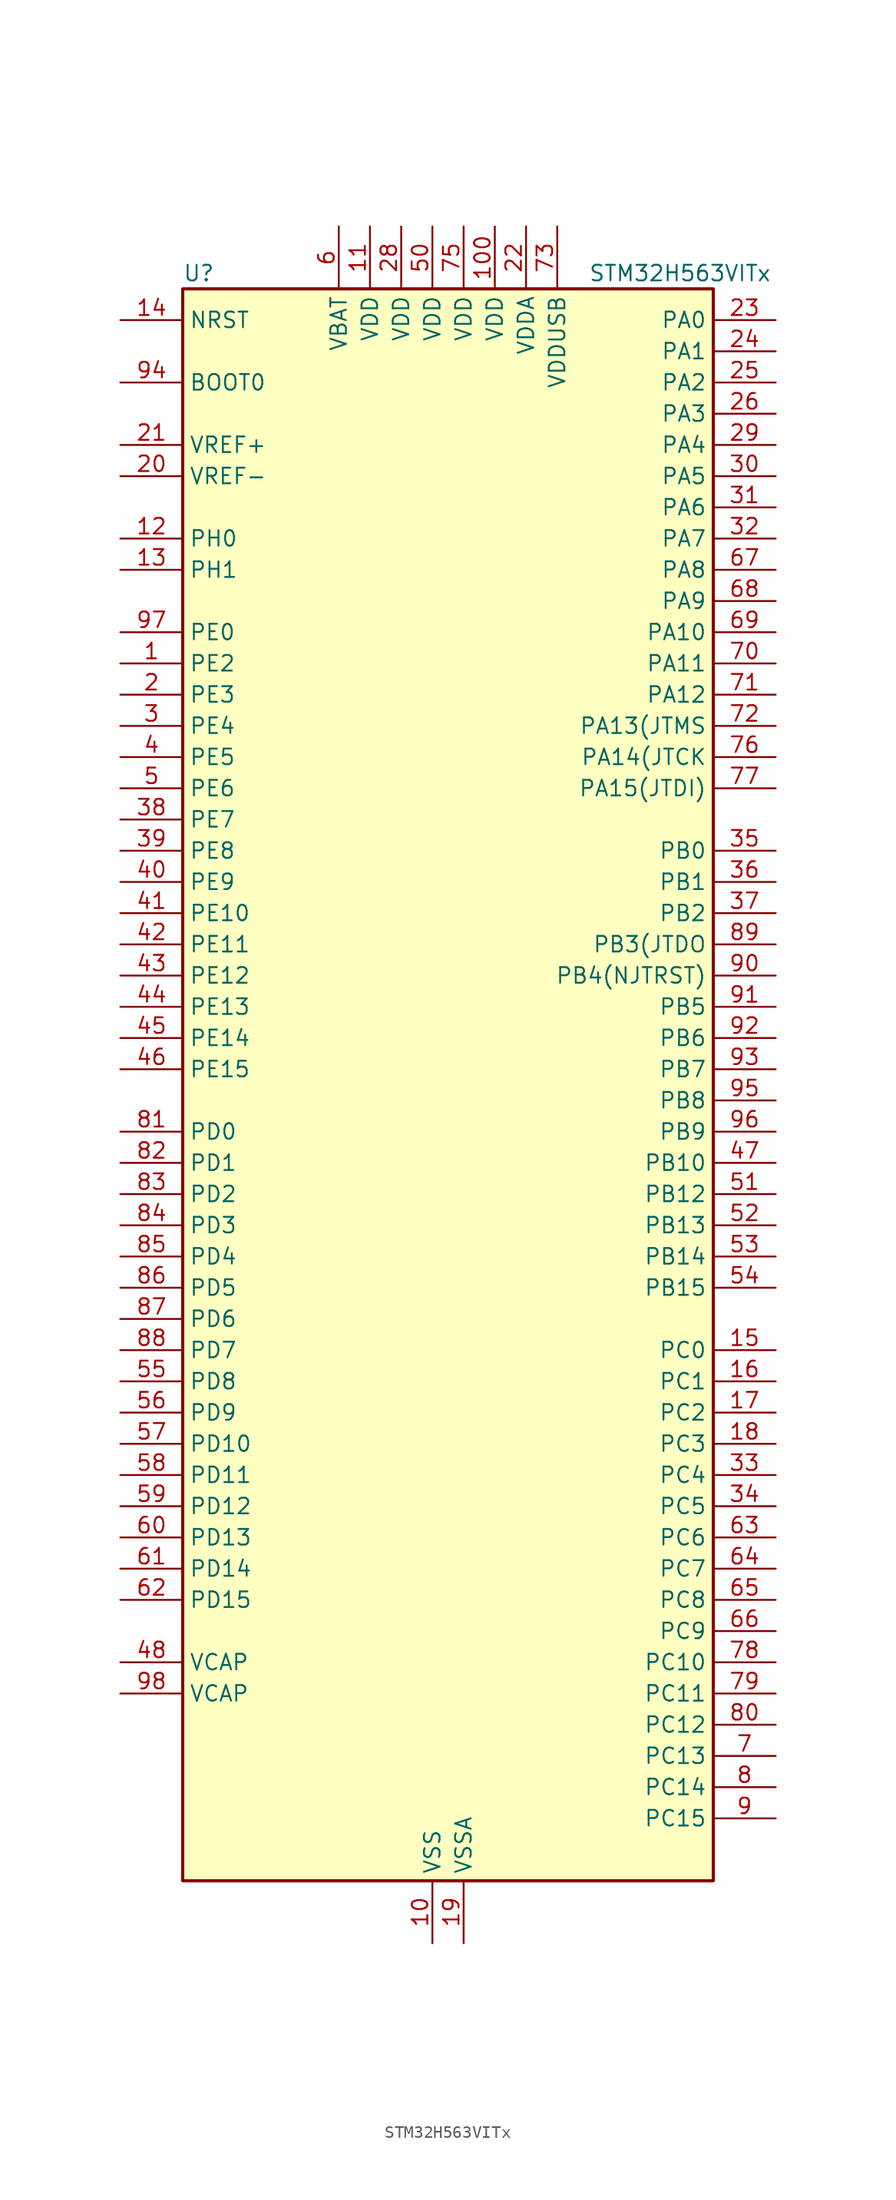
<source format=kicad_sym>
(kicad_symbol_lib
  (version 20231120)
  (generator "kicad-library-utils")
  (generator_version "8.0")
  (symbol "STM32H563VITx"
    (property "Reference" "U"
      (at -20.32 67.31 0)
      (effects (font (size 1.27 1.27)) (justify left)))
    (property "Value" "STM32H563VITx"
      (at 12.7 67.31 0)
      (effects (font (size 1.27 1.27)) (justify left)))
    (symbol "STM32H563VITx_0_1"
      (rectangle (start -20.32 -63.5) (end 22.86 66.04) (stroke (width 0.254) (type default)) (fill (type background))))
    (symbol "STM32H563VITx_1_1"
      (pin bidirectional line (at -25.4 35.56 0) (length 5.08) (name "PE2" (effects (font (size 1.27 1.27)))) (number "1" (effects (font (size 1.27 1.27)))) (alternate "DCMI_D3" bidirectional line) (alternate "DEBUG_TRACECLK" bidirectional line) (alternate "ETH_TXD3" bidirectional line) (alternate "FMC_A23" bidirectional line) (alternate "LPTIM1_IN2" bidirectional line) (alternate "OCTOSPI1_IO2" bidirectional line) (alternate "PSSI_D3" bidirectional line) (alternate "SAI1_CK1" bidirectional line) (alternate "SAI1_MCLK_A" bidirectional line) (alternate "SPI4_SCK" bidirectional line) (alternate "UART8_TX" bidirectional line) (alternate "USART10_RX" bidirectional line))
      (pin power_in line (at 0 -68.58 90) (length 5.08) (name "VSS" (effects (font (size 1.27 1.27)))) (number "10" (effects (font (size 1.27 1.27)))))
      (pin power_in line (at 5.08 71.12 270) (length 5.08) (name "VDD" (effects (font (size 1.27 1.27)))) (number "100" (effects (font (size 1.27 1.27)))))
      (pin power_in line (at -5.08 71.12 270) (length 5.08) (name "VDD" (effects (font (size 1.27 1.27)))) (number "11" (effects (font (size 1.27 1.27)))))
      (pin bidirectional line (at -25.4 45.72 0) (length 5.08) (name "PH0" (effects (font (size 1.27 1.27)))) (number "12" (effects (font (size 1.27 1.27)))) (alternate "RCC_OSC_IN" bidirectional line))
      (pin bidirectional line (at -25.4 43.18 0) (length 5.08) (name "PH1" (effects (font (size 1.27 1.27)))) (number "13" (effects (font (size 1.27 1.27)))) (alternate "RCC_OSC_OUT" bidirectional line))
      (pin input line (at -25.4 63.5 0) (length 5.08) (name "NRST" (effects (font (size 1.27 1.27)))) (number "14" (effects (font (size 1.27 1.27)))))
      (pin bidirectional line (at 27.94 -20.32 180) (length 5.08) (name "PC0" (effects (font (size 1.27 1.27)))) (number "15" (effects (font (size 1.27 1.27)))) (alternate "ADC1_INP10" bidirectional line) (alternate "ADC2_INP10" bidirectional line) (alternate "FMC_A25" bidirectional line) (alternate "FMC_SDNWE" bidirectional line) (alternate "OCTOSPI1_IO7" bidirectional line) (alternate "SAI1_MCLK_A" bidirectional line) (alternate "SAI2_FS_B" bidirectional line) (alternate "SPI2_RDY" bidirectional line) (alternate "TIM16_BKIN" bidirectional line))
      (pin bidirectional line (at 27.94 -22.86 180) (length 5.08) (name "PC1" (effects (font (size 1.27 1.27)))) (number "16" (effects (font (size 1.27 1.27)))) (alternate "ADC1_INN10" bidirectional line) (alternate "ADC1_INP11" bidirectional line) (alternate "ADC2_INN10" bidirectional line) (alternate "ADC2_INP11" bidirectional line) (alternate "DEBUG_TRACED0" bidirectional line) (alternate "ETH_MDC" bidirectional line) (alternate "I2S2_SDO" bidirectional line) (alternate "OCTOSPI1_IO4" bidirectional line) (alternate "PWR_WKUP6" bidirectional line) (alternate "SAI1_D1" bidirectional line) (alternate "SAI1_SD_A" bidirectional line) (alternate "SAI2_SD_A" bidirectional line) (alternate "SPI2_MOSI" bidirectional line) (alternate "TAMP_IN3" bidirectional line) (alternate "TAMP_OUT5" bidirectional line) (alternate "USART11_RTS" bidirectional line))
      (pin bidirectional line (at 27.94 -25.4 180) (length 5.08) (name "PC2" (effects (font (size 1.27 1.27)))) (number "17" (effects (font (size 1.27 1.27)))) (alternate "ADC1_INN11" bidirectional line) (alternate "ADC1_INP12" bidirectional line) (alternate "ADC2_INN11" bidirectional line) (alternate "ADC2_INP12" bidirectional line) (alternate "ETH_TXD2" bidirectional line) (alternate "FMC_SDNE0" bidirectional line) (alternate "I2S2_SDI" bidirectional line) (alternate "OCTOSPI1_IO2" bidirectional line) (alternate "OCTOSPI1_IO5" bidirectional line) (alternate "PWR_CSLEEP" bidirectional line) (alternate "SPI2_MISO" bidirectional line) (alternate "TIM17_CH1" bidirectional line) (alternate "TIM4_CH4" bidirectional line))
      (pin bidirectional line (at 27.94 -27.94 180) (length 5.08) (name "PC3" (effects (font (size 1.27 1.27)))) (number "18" (effects (font (size 1.27 1.27)))) (alternate "ADC1_INN12" bidirectional line) (alternate "ADC1_INP13" bidirectional line) (alternate "ADC2_INN12" bidirectional line) (alternate "ADC2_INP13" bidirectional line) (alternate "ETH_TX_CLK" bidirectional line) (alternate "FMC_SDCKE0" bidirectional line) (alternate "I2S2_SDO" bidirectional line) (alternate "LPTIM3_CH1" bidirectional line) (alternate "OCTOSPI1_IO0" bidirectional line) (alternate "OCTOSPI1_IO6" bidirectional line) (alternate "PWR_CSTOP" bidirectional line) (alternate "SAI1_D3" bidirectional line) (alternate "SPI2_MOSI" bidirectional line))
      (pin power_in line (at 2.54 -68.58 90) (length 5.08) (name "VSSA" (effects (font (size 1.27 1.27)))) (number "19" (effects (font (size 1.27 1.27)))))
      (pin bidirectional line (at -25.4 33.02 0) (length 5.08) (name "PE3" (effects (font (size 1.27 1.27)))) (number "2" (effects (font (size 1.27 1.27)))) (alternate "DEBUG_TRACED0" bidirectional line) (alternate "FMC_A19" bidirectional line) (alternate "SAI1_SD_B" bidirectional line) (alternate "TAMP_IN6" bidirectional line) (alternate "TAMP_OUT3" bidirectional line) (alternate "TIM15_BKIN" bidirectional line) (alternate "USART10_TX" bidirectional line))
      (pin input line (at -25.4 50.8 0) (length 5.08) (name "VREF-" (effects (font (size 1.27 1.27)))) (number "20" (effects (font (size 1.27 1.27)))))
      (pin input line (at -25.4 53.34 0) (length 5.08) (name "VREF+" (effects (font (size 1.27 1.27)))) (number "21" (effects (font (size 1.27 1.27)))))
      (pin power_in line (at 7.62 71.12 270) (length 5.08) (name "VDDA" (effects (font (size 1.27 1.27)))) (number "22" (effects (font (size 1.27 1.27)))))
      (pin bidirectional line (at 27.94 63.5 180) (length 5.08) (name "PA0" (effects (font (size 1.27 1.27)))) (number "23" (effects (font (size 1.27 1.27)))) (alternate "ADC1_INN1" bidirectional line) (alternate "ADC1_INP0" bidirectional line) (alternate "ADC2_INN1" bidirectional line) (alternate "ADC2_INP0" bidirectional line) (alternate "ETH_CRS" bidirectional line) (alternate "PWR_WKUP1" bidirectional line) (alternate "SAI2_SD_B" bidirectional line) (alternate "SPI3_RDY" bidirectional line) (alternate "SPI6_NSS" bidirectional line) (alternate "TAMP_IN2" bidirectional line) (alternate "TAMP_OUT1" bidirectional line) (alternate "TIM15_BKIN" bidirectional line) (alternate "TIM2_CH1" bidirectional line) (alternate "TIM2_ETR" bidirectional line) (alternate "TIM5_CH1" bidirectional line) (alternate "TIM8_ETR" bidirectional line) (alternate "UART4_TX" bidirectional line) (alternate "USART2_CTS" bidirectional line) (alternate "USART2_NSS" bidirectional line))
      (pin bidirectional line (at 27.94 60.96 180) (length 5.08) (name "PA1" (effects (font (size 1.27 1.27)))) (number "24" (effects (font (size 1.27 1.27)))) (alternate "ADC1_INP1" bidirectional line) (alternate "ADC2_INP1" bidirectional line) (alternate "ETH_REF_CLK" bidirectional line) (alternate "ETH_RX_CLK" bidirectional line) (alternate "LPTIM1_IN1" bidirectional line) (alternate "OCTOSPI1_DQS" bidirectional line) (alternate "OCTOSPI1_IO3" bidirectional line) (alternate "SAI2_MCLK_B" bidirectional line) (alternate "TAMP_IN5" bidirectional line) (alternate "TAMP_OUT4" bidirectional line) (alternate "TIM15_CH1N" bidirectional line) (alternate "TIM2_CH2" bidirectional line) (alternate "TIM5_CH2" bidirectional line) (alternate "UART4_RX" bidirectional line) (alternate "USART2_RTS" bidirectional line))
      (pin bidirectional line (at 27.94 58.42 180) (length 5.08) (name "PA2" (effects (font (size 1.27 1.27)))) (number "25" (effects (font (size 1.27 1.27)))) (alternate "ADC1_INP14" bidirectional line) (alternate "ADC2_INP14" bidirectional line) (alternate "ETH_MDIO" bidirectional line) (alternate "LPTIM1_IN2" bidirectional line) (alternate "PWR_WKUP2" bidirectional line) (alternate "SAI2_SCK_B" bidirectional line) (alternate "TAMP_IN4" bidirectional line) (alternate "TAMP_OUT3" bidirectional line) (alternate "TIM15_CH1" bidirectional line) (alternate "TIM2_CH3" bidirectional line) (alternate "TIM5_CH3" bidirectional line) (alternate "USART2_TX" bidirectional line))
      (pin bidirectional line (at 27.94 55.88 180) (length 5.08) (name "PA3" (effects (font (size 1.27 1.27)))) (number "26" (effects (font (size 1.27 1.27)))) (alternate "ADC1_INP15" bidirectional line) (alternate "ADC2_INP15" bidirectional line) (alternate "ETH_COL" bidirectional line) (alternate "I2S2_WS" bidirectional line) (alternate "OCTOSPI1_CLK" bidirectional line) (alternate "SAI1_SD_B" bidirectional line) (alternate "SPI2_NSS" bidirectional line) (alternate "TIM15_CH2" bidirectional line) (alternate "TIM2_CH4" bidirectional line) (alternate "TIM5_CH4" bidirectional line) (alternate "USART2_RX" bidirectional line))
      (pin passive line (at 0 -68.58 90) (length 5.08) hide (name "VSS" (effects (font (size 1.27 1.27)))) (number "27" (effects (font (size 1.27 1.27)))))
      (pin power_in line (at -2.54 71.12 270) (length 5.08) (name "VDD" (effects (font (size 1.27 1.27)))) (number "28" (effects (font (size 1.27 1.27)))))
      (pin bidirectional line (at 27.94 53.34 180) (length 5.08) (name "PA4" (effects (font (size 1.27 1.27)))) (number "29" (effects (font (size 1.27 1.27)))) (alternate "ADC1_INP18" bidirectional line) (alternate "ADC2_INP18" bidirectional line) (alternate "DAC1_OUT1" bidirectional line) (alternate "DCMI_HSYNC" bidirectional line) (alternate "I2S1_WS" bidirectional line) (alternate "I2S3_WS" bidirectional line) (alternate "LPTIM2_CH1" bidirectional line) (alternate "PSSI_DE" bidirectional line) (alternate "SPI1_NSS" bidirectional line) (alternate "SPI3_NSS" bidirectional line) (alternate "SPI6_NSS" bidirectional line) (alternate "TIM5_ETR" bidirectional line) (alternate "USART2_CK" bidirectional line))
      (pin bidirectional line (at -25.4 30.48 0) (length 5.08) (name "PE4" (effects (font (size 1.27 1.27)))) (number "3" (effects (font (size 1.27 1.27)))) (alternate "DCMI_D4" bidirectional line) (alternate "DEBUG_TRACED1" bidirectional line) (alternate "FMC_A20" bidirectional line) (alternate "PSSI_D4" bidirectional line) (alternate "SAI1_D2" bidirectional line) (alternate "SAI1_FS_A" bidirectional line) (alternate "SPI4_NSS" bidirectional line) (alternate "TAMP_IN7" bidirectional line) (alternate "TAMP_OUT8" bidirectional line) (alternate "TIM15_CH1N" bidirectional line))
      (pin bidirectional line (at 27.94 50.8 180) (length 5.08) (name "PA5" (effects (font (size 1.27 1.27)))) (number "30" (effects (font (size 1.27 1.27)))) (alternate "ADC1_INN18" bidirectional line) (alternate "ADC1_INP19" bidirectional line) (alternate "ADC2_INN18" bidirectional line) (alternate "ADC2_INP19" bidirectional line) (alternate "DAC1_OUT2" bidirectional line) (alternate "ETH_TX_EN" bidirectional line) (alternate "I2S1_CK" bidirectional line) (alternate "PSSI_D14" bidirectional line) (alternate "SPI1_SCK" bidirectional line) (alternate "SPI6_SCK" bidirectional line) (alternate "TIM2_CH1" bidirectional line) (alternate "TIM2_ETR" bidirectional line) (alternate "TIM8_CH1N" bidirectional line))
      (pin bidirectional line (at 27.94 48.26 180) (length 5.08) (name "PA6" (effects (font (size 1.27 1.27)))) (number "31" (effects (font (size 1.27 1.27)))) (alternate "ADC1_INP3" bidirectional line) (alternate "ADC2_INP3" bidirectional line) (alternate "DCMI_PIXCLK" bidirectional line) (alternate "I2S1_SDI" bidirectional line) (alternate "OCTOSPI1_IO3" bidirectional line) (alternate "PSSI_PDCK" bidirectional line) (alternate "SPI1_MISO" bidirectional line) (alternate "SPI6_MISO" bidirectional line) (alternate "TIM13_CH1" bidirectional line) (alternate "TIM1_BKIN" bidirectional line) (alternate "TIM3_CH1" bidirectional line) (alternate "TIM8_BKIN" bidirectional line) (alternate "USART11_TX" bidirectional line))
      (pin bidirectional line (at 27.94 45.72 180) (length 5.08) (name "PA7" (effects (font (size 1.27 1.27)))) (number "32" (effects (font (size 1.27 1.27)))) (alternate "ADC1_INN3" bidirectional line) (alternate "ADC1_INP7" bidirectional line) (alternate "ADC2_INN3" bidirectional line) (alternate "ADC2_INP7" bidirectional line) (alternate "ETH_CRS_DV" bidirectional line) (alternate "ETH_RX_DV" bidirectional line) (alternate "FMC_NWE" bidirectional line) (alternate "FMC_SDNWE" bidirectional line) (alternate "I2S1_SDO" bidirectional line) (alternate "OCTOSPI1_IO2" bidirectional line) (alternate "SPI1_MOSI" bidirectional line) (alternate "SPI6_MOSI" bidirectional line) (alternate "TIM14_CH1" bidirectional line) (alternate "TIM1_CH1N" bidirectional line) (alternate "TIM3_CH2" bidirectional line) (alternate "TIM8_CH1N" bidirectional line) (alternate "USART11_RX" bidirectional line))
      (pin bidirectional line (at 27.94 -30.48 180) (length 5.08) (name "PC4" (effects (font (size 1.27 1.27)))) (number "33" (effects (font (size 1.27 1.27)))) (alternate "ADC1_INP4" bidirectional line) (alternate "ADC2_INP4" bidirectional line) (alternate "ETH_RXD0" bidirectional line) (alternate "FMC_SDNE0" bidirectional line) (alternate "I2S1_MCK" bidirectional line) (alternate "LPTIM2_ETR" bidirectional line) (alternate "SAI1_CK1" bidirectional line) (alternate "TIM2_CH4" bidirectional line) (alternate "USART3_RX" bidirectional line))
      (pin bidirectional line (at 27.94 -33.02 180) (length 5.08) (name "PC5" (effects (font (size 1.27 1.27)))) (number "34" (effects (font (size 1.27 1.27)))) (alternate "ADC1_INN4" bidirectional line) (alternate "ADC1_INP8" bidirectional line) (alternate "ADC2_INN4" bidirectional line) (alternate "ADC2_INP8" bidirectional line) (alternate "ETH_RXD1" bidirectional line) (alternate "FMC_SDCKE0" bidirectional line) (alternate "OCTOSPI1_DQS" bidirectional line) (alternate "PSSI_D15" bidirectional line) (alternate "SAI1_D3" bidirectional line) (alternate "SAI1_FS_A" bidirectional line) (alternate "TIM1_CH4N" bidirectional line) (alternate "UART12_RTS" bidirectional line))
      (pin bidirectional line (at 27.94 20.32 180) (length 5.08) (name "PB0" (effects (font (size 1.27 1.27)))) (number "35" (effects (font (size 1.27 1.27)))) (alternate "ADC1_INN5" bidirectional line) (alternate "ADC1_INP9" bidirectional line) (alternate "ADC2_INN5" bidirectional line) (alternate "ADC2_INP9" bidirectional line) (alternate "ETH_RXD2" bidirectional line) (alternate "LPTIM3_CH1" bidirectional line) (alternate "OCTOSPI1_IO1" bidirectional line) (alternate "TIM1_CH2N" bidirectional line) (alternate "TIM3_CH3" bidirectional line) (alternate "TIM8_CH2N" bidirectional line) (alternate "UART4_CTS" bidirectional line) (alternate "USART11_CK" bidirectional line))
      (pin bidirectional line (at 27.94 17.78 180) (length 5.08) (name "PB1" (effects (font (size 1.27 1.27)))) (number "36" (effects (font (size 1.27 1.27)))) (alternate "ADC1_INP5" bidirectional line) (alternate "ADC2_INP5" bidirectional line) (alternate "ETH_RXD3" bidirectional line) (alternate "LPTIM3_CH2" bidirectional line) (alternate "OCTOSPI1_IO0" bidirectional line) (alternate "TIM1_CH3N" bidirectional line) (alternate "TIM3_CH4" bidirectional line) (alternate "TIM8_CH3N" bidirectional line))
      (pin bidirectional line (at 27.94 15.24 180) (length 5.08) (name "PB2" (effects (font (size 1.27 1.27)))) (number "37" (effects (font (size 1.27 1.27)))) (alternate "I2S3_SDO" bidirectional line) (alternate "LPTIM1_CH1" bidirectional line) (alternate "LPTIM5_ETR" bidirectional line) (alternate "OCTOSPI1_CLK" bidirectional line) (alternate "OCTOSPI1_DQS" bidirectional line) (alternate "RCC_LSCO" bidirectional line) (alternate "RTC_OUT2" bidirectional line) (alternate "SAI1_D1" bidirectional line) (alternate "SAI1_SD_A" bidirectional line) (alternate "SDMMC1_CMD" bidirectional line) (alternate "SPI1_RDY" bidirectional line) (alternate "SPI3_MOSI" bidirectional line) (alternate "TIM8_CH4N" bidirectional line))
      (pin bidirectional line (at -25.4 22.86 0) (length 5.08) (name "PE7" (effects (font (size 1.27 1.27)))) (number "38" (effects (font (size 1.27 1.27)))) (alternate "FMC_D4" bidirectional line) (alternate "FMC_DA4" bidirectional line) (alternate "OCTOSPI1_IO4" bidirectional line) (alternate "TIM1_ETR" bidirectional line) (alternate "UART12_RTS" bidirectional line) (alternate "UART7_RX" bidirectional line))
      (pin bidirectional line (at -25.4 20.32 0) (length 5.08) (name "PE8" (effects (font (size 1.27 1.27)))) (number "39" (effects (font (size 1.27 1.27)))) (alternate "FMC_D5" bidirectional line) (alternate "FMC_DA5" bidirectional line) (alternate "OCTOSPI1_IO5" bidirectional line) (alternate "TIM1_CH1N" bidirectional line) (alternate "UART12_CTS" bidirectional line) (alternate "UART7_TX" bidirectional line))
      (pin bidirectional line (at -25.4 27.94 0) (length 5.08) (name "PE5" (effects (font (size 1.27 1.27)))) (number "4" (effects (font (size 1.27 1.27)))) (alternate "DCMI_D6" bidirectional line) (alternate "DEBUG_TRACED2" bidirectional line) (alternate "FMC_A21" bidirectional line) (alternate "PSSI_D6" bidirectional line) (alternate "SAI1_CK2" bidirectional line) (alternate "SAI1_SCK_A" bidirectional line) (alternate "SPI4_MISO" bidirectional line) (alternate "TAMP_IN8" bidirectional line) (alternate "TAMP_OUT7" bidirectional line) (alternate "TIM15_CH1" bidirectional line))
      (pin bidirectional line (at -25.4 17.78 0) (length 5.08) (name "PE9" (effects (font (size 1.27 1.27)))) (number "40" (effects (font (size 1.27 1.27)))) (alternate "DAC1_EXTI9" bidirectional line) (alternate "FMC_D6" bidirectional line) (alternate "FMC_DA6" bidirectional line) (alternate "OCTOSPI1_IO6" bidirectional line) (alternate "TIM1_CH1" bidirectional line) (alternate "UART12_RX" bidirectional line) (alternate "UART7_RTS" bidirectional line))
      (pin bidirectional line (at -25.4 15.24 0) (length 5.08) (name "PE10" (effects (font (size 1.27 1.27)))) (number "41" (effects (font (size 1.27 1.27)))) (alternate "FMC_D7" bidirectional line) (alternate "FMC_DA7" bidirectional line) (alternate "OCTOSPI1_IO7" bidirectional line) (alternate "TIM1_CH2N" bidirectional line) (alternate "UART12_TX" bidirectional line) (alternate "UART7_CTS" bidirectional line))
      (pin bidirectional line (at -25.4 12.7 0) (length 5.08) (name "PE11" (effects (font (size 1.27 1.27)))) (number "42" (effects (font (size 1.27 1.27)))) (alternate "ADC1_EXTI11" bidirectional line) (alternate "ADC2_EXTI11" bidirectional line) (alternate "FMC_D8" bidirectional line) (alternate "FMC_DA8" bidirectional line) (alternate "OCTOSPI1_NCS" bidirectional line) (alternate "SAI2_SD_B" bidirectional line) (alternate "SPI1_RDY" bidirectional line) (alternate "SPI4_NSS" bidirectional line) (alternate "TIM1_CH2" bidirectional line))
      (pin bidirectional line (at -25.4 10.16 0) (length 5.08) (name "PE12" (effects (font (size 1.27 1.27)))) (number "43" (effects (font (size 1.27 1.27)))) (alternate "FMC_D9" bidirectional line) (alternate "FMC_DA9" bidirectional line) (alternate "SAI2_SCK_B" bidirectional line) (alternate "SPI4_SCK" bidirectional line) (alternate "TIM1_CH3N" bidirectional line))
      (pin bidirectional line (at -25.4 7.62 0) (length 5.08) (name "PE13" (effects (font (size 1.27 1.27)))) (number "44" (effects (font (size 1.27 1.27)))) (alternate "FMC_D10" bidirectional line) (alternate "FMC_DA10" bidirectional line) (alternate "SAI2_FS_B" bidirectional line) (alternate "SPI4_MISO" bidirectional line) (alternate "TIM1_CH3" bidirectional line))
      (pin bidirectional line (at -25.4 5.08 0) (length 5.08) (name "PE14" (effects (font (size 1.27 1.27)))) (number "45" (effects (font (size 1.27 1.27)))) (alternate "FMC_D11" bidirectional line) (alternate "FMC_DA11" bidirectional line) (alternate "SAI2_MCLK_B" bidirectional line) (alternate "SPI4_MOSI" bidirectional line) (alternate "TIM1_CH4" bidirectional line))
      (pin bidirectional line (at -25.4 2.54 0) (length 5.08) (name "PE15" (effects (font (size 1.27 1.27)))) (number "46" (effects (font (size 1.27 1.27)))) (alternate "ADC1_EXTI15" bidirectional line) (alternate "ADC2_EXTI15" bidirectional line) (alternate "FMC_D12" bidirectional line) (alternate "FMC_DA12" bidirectional line) (alternate "TIM1_BKIN" bidirectional line) (alternate "TIM1_CH4N" bidirectional line) (alternate "USART10_CK" bidirectional line))
      (pin bidirectional line (at 27.94 -5.08 180) (length 5.08) (name "PB10" (effects (font (size 1.27 1.27)))) (number "47" (effects (font (size 1.27 1.27)))) (alternate "ETH_RX_ER" bidirectional line) (alternate "I2C2_SCL" bidirectional line) (alternate "I2S2_CK" bidirectional line) (alternate "LPTIM2_IN1" bidirectional line) (alternate "LPTIM3_CH1" bidirectional line) (alternate "OCTOSPI1_NCS" bidirectional line) (alternate "SPI2_SCK" bidirectional line) (alternate "TIM2_CH3" bidirectional line) (alternate "USART3_TX" bidirectional line))
      (pin power_out line (at -25.4 -45.72 0) (length 5.08) (name "VCAP" (effects (font (size 1.27 1.27)))) (number "48" (effects (font (size 1.27 1.27)))))
      (pin passive line (at 0 -68.58 90) (length 5.08) hide (name "VSS" (effects (font (size 1.27 1.27)))) (number "49" (effects (font (size 1.27 1.27)))))
      (pin bidirectional line (at -25.4 25.4 0) (length 5.08) (name "PE6" (effects (font (size 1.27 1.27)))) (number "5" (effects (font (size 1.27 1.27)))) (alternate "DCMI_D7" bidirectional line) (alternate "DEBUG_TRACED3" bidirectional line) (alternate "FMC_A22" bidirectional line) (alternate "PSSI_D7" bidirectional line) (alternate "SAI1_D1" bidirectional line) (alternate "SAI1_SD_A" bidirectional line) (alternate "SAI2_MCLK_B" bidirectional line) (alternate "SPI4_MOSI" bidirectional line) (alternate "TAMP_IN3" bidirectional line) (alternate "TAMP_OUT6" bidirectional line) (alternate "TIM15_CH2" bidirectional line) (alternate "TIM1_BKIN2" bidirectional line))
      (pin power_in line (at 0 71.12 270) (length 5.08) (name "VDD" (effects (font (size 1.27 1.27)))) (number "50" (effects (font (size 1.27 1.27)))))
      (pin bidirectional line (at 27.94 -7.62 180) (length 5.08) (name "PB12" (effects (font (size 1.27 1.27)))) (number "51" (effects (font (size 1.27 1.27)))) (alternate "ETH_TXD0" bidirectional line) (alternate "FDCAN2_RX" bidirectional line) (alternate "I2C2_SDA" bidirectional line) (alternate "I2S2_WS" bidirectional line) (alternate "OCTOSPI1_NCLK" bidirectional line) (alternate "SPI2_NSS" bidirectional line) (alternate "TIM1_BKIN" bidirectional line) (alternate "UART5_RX" bidirectional line) (alternate "UCPD1_FRSTX" bidirectional line) (alternate "USART3_CK" bidirectional line))
      (pin bidirectional line (at 27.94 -10.16 180) (length 5.08) (name "PB13" (effects (font (size 1.27 1.27)))) (number "52" (effects (font (size 1.27 1.27)))) (alternate "FDCAN2_TX" bidirectional line) (alternate "I2C2_SMBA" bidirectional line) (alternate "I2S2_CK" bidirectional line) (alternate "LPTIM2_CH1" bidirectional line) (alternate "LPTIM3_IN1" bidirectional line) (alternate "SDMMC1_D0" bidirectional line) (alternate "SPI2_SCK" bidirectional line) (alternate "TIM1_CH1N" bidirectional line) (alternate "UART5_TX" bidirectional line) (alternate "UCPD1_CC1" bidirectional line) (alternate "USART3_CTS" bidirectional line) (alternate "USART3_NSS" bidirectional line))
      (pin bidirectional line (at 27.94 -12.7 180) (length 5.08) (name "PB14" (effects (font (size 1.27 1.27)))) (number "53" (effects (font (size 1.27 1.27)))) (alternate "I2S2_SDI" bidirectional line) (alternate "LPTIM3_ETR" bidirectional line) (alternate "SPI2_MISO" bidirectional line) (alternate "TIM12_CH1" bidirectional line) (alternate "TIM1_CH2N" bidirectional line) (alternate "TIM8_CH2N" bidirectional line) (alternate "UART4_DE" bidirectional line) (alternate "UART4_RTS" bidirectional line) (alternate "UCPD1_CC2" bidirectional line) (alternate "USART1_TX" bidirectional line) (alternate "USART3_RTS" bidirectional line))
      (pin bidirectional line (at 27.94 -15.24 180) (length 5.08) (name "PB15" (effects (font (size 1.27 1.27)))) (number "54" (effects (font (size 1.27 1.27)))) (alternate "ADC1_EXTI15" bidirectional line) (alternate "ADC2_EXTI15" bidirectional line) (alternate "DCMI_D2" bidirectional line) (alternate "ETH_TXD1" bidirectional line) (alternate "I2S2_SDO" bidirectional line) (alternate "OCTOSPI1_CLK" bidirectional line) (alternate "PSSI_D2" bidirectional line) (alternate "PWR_PVD_IN" bidirectional line) (alternate "RTC_REFIN" bidirectional line) (alternate "SPI2_MOSI" bidirectional line) (alternate "TIM12_CH2" bidirectional line) (alternate "TIM1_CH3N" bidirectional line) (alternate "TIM8_CH3N" bidirectional line) (alternate "UART4_CTS" bidirectional line) (alternate "UART5_RX" bidirectional line) (alternate "USART11_CTS" bidirectional line) (alternate "USART11_NSS" bidirectional line) (alternate "USART1_RX" bidirectional line))
      (pin bidirectional line (at -25.4 -22.86 0) (length 5.08) (name "PD8" (effects (font (size 1.27 1.27)))) (number "55" (effects (font (size 1.27 1.27)))) (alternate "FMC_D13" bidirectional line) (alternate "FMC_DA13" bidirectional line) (alternate "USART3_TX" bidirectional line))
      (pin bidirectional line (at -25.4 -25.4 0) (length 5.08) (name "PD9" (effects (font (size 1.27 1.27)))) (number "56" (effects (font (size 1.27 1.27)))) (alternate "DAC1_EXTI9" bidirectional line) (alternate "FDCAN2_RX" bidirectional line) (alternate "FMC_D14" bidirectional line) (alternate "FMC_DA14" bidirectional line) (alternate "USART3_RX" bidirectional line))
      (pin bidirectional line (at -25.4 -27.94 0) (length 5.08) (name "PD10" (effects (font (size 1.27 1.27)))) (number "57" (effects (font (size 1.27 1.27)))) (alternate "FMC_D15" bidirectional line) (alternate "FMC_DA15" bidirectional line) (alternate "LPTIM2_CH2" bidirectional line) (alternate "USART3_CK" bidirectional line))
      (pin bidirectional line (at -25.4 -30.48 0) (length 5.08) (name "PD11" (effects (font (size 1.27 1.27)))) (number "58" (effects (font (size 1.27 1.27)))) (alternate "ADC1_EXTI11" bidirectional line) (alternate "ADC2_EXTI11" bidirectional line) (alternate "FMC_A16" bidirectional line) (alternate "FMC_CLE" bidirectional line) (alternate "I2C4_SMBA" bidirectional line) (alternate "LPTIM2_IN2" bidirectional line) (alternate "OCTOSPI1_IO0" bidirectional line) (alternate "SAI1_CK1" bidirectional line) (alternate "SAI2_SD_A" bidirectional line) (alternate "UART4_RX" bidirectional line) (alternate "USART3_CTS" bidirectional line) (alternate "USART3_NSS" bidirectional line))
      (pin bidirectional line (at -25.4 -33.02 0) (length 5.08) (name "PD12" (effects (font (size 1.27 1.27)))) (number "59" (effects (font (size 1.27 1.27)))) (alternate "DCMI_D12" bidirectional line) (alternate "FMC_A17" bidirectional line) (alternate "FMC_ALE" bidirectional line) (alternate "I2C4_SCL" bidirectional line) (alternate "I3C1_SCL" bidirectional line) (alternate "LPTIM1_IN1" bidirectional line) (alternate "LPTIM2_IN1" bidirectional line) (alternate "OCTOSPI1_IO1" bidirectional line) (alternate "PSSI_D12" bidirectional line) (alternate "SAI1_D1" bidirectional line) (alternate "SAI2_FS_A" bidirectional line) (alternate "TIM4_CH1" bidirectional line) (alternate "UART4_TX" bidirectional line) (alternate "USART3_RTS" bidirectional line))
      (pin power_in line (at -7.62 71.12 270) (length 5.08) (name "VBAT" (effects (font (size 1.27 1.27)))) (number "6" (effects (font (size 1.27 1.27)))))
      (pin bidirectional line (at -25.4 -35.56 0) (length 5.08) (name "PD13" (effects (font (size 1.27 1.27)))) (number "60" (effects (font (size 1.27 1.27)))) (alternate "DCMI_D13" bidirectional line) (alternate "FMC_A18" bidirectional line) (alternate "I2C4_SDA" bidirectional line) (alternate "I3C1_SDA" bidirectional line) (alternate "LPTIM1_CH1" bidirectional line) (alternate "LPTIM2_CH1" bidirectional line) (alternate "LPTIM4_IN1" bidirectional line) (alternate "OCTOSPI1_IO3" bidirectional line) (alternate "PSSI_D13" bidirectional line) (alternate "SAI2_SCK_A" bidirectional line) (alternate "TIM4_CH2" bidirectional line) (alternate "UART9_RTS" bidirectional line))
      (pin bidirectional line (at -25.4 -38.1 0) (length 5.08) (name "PD14" (effects (font (size 1.27 1.27)))) (number "61" (effects (font (size 1.27 1.27)))) (alternate "FMC_D0" bidirectional line) (alternate "FMC_DA0" bidirectional line) (alternate "TIM4_CH3" bidirectional line) (alternate "UART8_CTS" bidirectional line) (alternate "UART9_RX" bidirectional line))
      (pin bidirectional line (at -25.4 -40.64 0) (length 5.08) (name "PD15" (effects (font (size 1.27 1.27)))) (number "62" (effects (font (size 1.27 1.27)))) (alternate "ADC1_EXTI15" bidirectional line) (alternate "ADC2_EXTI15" bidirectional line) (alternate "FMC_D1" bidirectional line) (alternate "FMC_DA1" bidirectional line) (alternate "TIM4_CH4" bidirectional line) (alternate "UART8_RTS" bidirectional line) (alternate "UART9_TX" bidirectional line))
      (pin bidirectional line (at 27.94 -35.56 180) (length 5.08) (name "PC6" (effects (font (size 1.27 1.27)))) (number "63" (effects (font (size 1.27 1.27)))) (alternate "DCMI_D0" bidirectional line) (alternate "FMC_NWAIT" bidirectional line) (alternate "I2S2_MCK" bidirectional line) (alternate "OCTOSPI1_IO5" bidirectional line) (alternate "PSSI_D0" bidirectional line) (alternate "SAI1_SCK_A" bidirectional line) (alternate "SDMMC1_D0DIR" bidirectional line) (alternate "SDMMC1_D6" bidirectional line) (alternate "TIM3_CH1" bidirectional line) (alternate "TIM8_CH1" bidirectional line) (alternate "USART6_TX" bidirectional line))
      (pin bidirectional line (at 27.94 -38.1 180) (length 5.08) (name "PC7" (effects (font (size 1.27 1.27)))) (number "64" (effects (font (size 1.27 1.27)))) (alternate "DCMI_D1" bidirectional line) (alternate "DEBUG_TRGIO" bidirectional line) (alternate "FMC_NE1" bidirectional line) (alternate "I2S3_MCK" bidirectional line) (alternate "OCTOSPI1_IO6" bidirectional line) (alternate "PSSI_D1" bidirectional line) (alternate "SDMMC1_D123DIR" bidirectional line) (alternate "SDMMC1_D7" bidirectional line) (alternate "TIM3_CH2" bidirectional line) (alternate "TIM8_CH2" bidirectional line) (alternate "USART6_RX" bidirectional line))
      (pin bidirectional line (at 27.94 -40.64 180) (length 5.08) (name "PC8" (effects (font (size 1.27 1.27)))) (number "65" (effects (font (size 1.27 1.27)))) (alternate "DCMI_D2" bidirectional line) (alternate "DEBUG_TRACED1" bidirectional line) (alternate "FMC_ALE" bidirectional line) (alternate "FMC_INT" bidirectional line) (alternate "FMC_NCE" bidirectional line) (alternate "FMC_NE2" bidirectional line) (alternate "PSSI_D2" bidirectional line) (alternate "SDMMC1_D0" bidirectional line) (alternate "TIM3_CH3" bidirectional line) (alternate "TIM8_CH3" bidirectional line) (alternate "UART5_DE" bidirectional line) (alternate "UART5_RTS" bidirectional line) (alternate "USART6_CK" bidirectional line))
      (pin bidirectional line (at 27.94 -43.18 180) (length 5.08) (name "PC9" (effects (font (size 1.27 1.27)))) (number "66" (effects (font (size 1.27 1.27)))) (alternate "AUDIOCLK" bidirectional line) (alternate "DAC1_EXTI9" bidirectional line) (alternate "DCMI_D3" bidirectional line) (alternate "FMC_CLE" bidirectional line) (alternate "I2C3_SDA" bidirectional line) (alternate "OCTOSPI1_IO0" bidirectional line) (alternate "PSSI_D3" bidirectional line) (alternate "RCC_MCO_2" bidirectional line) (alternate "SDMMC1_D1" bidirectional line) (alternate "TIM3_CH4" bidirectional line) (alternate "TIM8_CH4" bidirectional line) (alternate "UART5_CTS" bidirectional line) (alternate "UCPD1_DB2" bidirectional line))
      (pin bidirectional line (at 27.94 43.18 180) (length 5.08) (name "PA8" (effects (font (size 1.27 1.27)))) (number "67" (effects (font (size 1.27 1.27)))) (alternate "DCMI_D3" bidirectional line) (alternate "FMC_NOE" bidirectional line) (alternate "I2C3_SCL" bidirectional line) (alternate "PSSI_D3" bidirectional line) (alternate "RCC_MCO_1" bidirectional line) (alternate "SPI1_RDY" bidirectional line) (alternate "TIM1_CH1" bidirectional line) (alternate "TIM8_BKIN2" bidirectional line) (alternate "UART7_RX" bidirectional line) (alternate "USART1_CK" bidirectional line) (alternate "USB_SOF" bidirectional line))
      (pin bidirectional line (at 27.94 40.64 180) (length 5.08) (name "PA9" (effects (font (size 1.27 1.27)))) (number "68" (effects (font (size 1.27 1.27)))) (alternate "DAC1_EXTI9" bidirectional line) (alternate "DCMI_D0" bidirectional line) (alternate "ETH_TX_ER" bidirectional line) (alternate "FMC_NWE" bidirectional line) (alternate "I2C3_SMBA" bidirectional line) (alternate "I2S2_CK" bidirectional line) (alternate "LPUART1_TX" bidirectional line) (alternate "PSSI_D0" bidirectional line) (alternate "SPI2_SCK" bidirectional line) (alternate "TIM1_CH2" bidirectional line) (alternate "UCPD1_DB1" bidirectional line) (alternate "USART1_TX" bidirectional line))
      (pin bidirectional line (at 27.94 38.1 180) (length 5.08) (name "PA10" (effects (font (size 1.27 1.27)))) (number "69" (effects (font (size 1.27 1.27)))) (alternate "DCMI_D1" bidirectional line) (alternate "FDCAN2_TX" bidirectional line) (alternate "LPTIM2_IN2" bidirectional line) (alternate "LPUART1_RX" bidirectional line) (alternate "PSSI_D1" bidirectional line) (alternate "SDMMC1_D0" bidirectional line) (alternate "TIM1_CH3" bidirectional line) (alternate "UCPD1_FRSTX" bidirectional line) (alternate "USART1_RX" bidirectional line))
      (pin bidirectional line (at 27.94 -53.34 180) (length 5.08) (name "PC13" (effects (font (size 1.27 1.27)))) (number "7" (effects (font (size 1.27 1.27)))) (alternate "PWR_WKUP4" bidirectional line) (alternate "RTC_OUT1" bidirectional line) (alternate "RTC_TS" bidirectional line) (alternate "TAMP_IN1" bidirectional line) (alternate "TAMP_OUT2" bidirectional line) (alternate "TAMP_OUT3" bidirectional line))
      (pin bidirectional line (at 27.94 35.56 180) (length 5.08) (name "PA11" (effects (font (size 1.27 1.27)))) (number "70" (effects (font (size 1.27 1.27)))) (alternate "ADC1_EXTI11" bidirectional line) (alternate "ADC2_EXTI11" bidirectional line) (alternate "FDCAN1_RX" bidirectional line) (alternate "I2S2_WS" bidirectional line) (alternate "LPUART1_CTS" bidirectional line) (alternate "SPI2_NSS" bidirectional line) (alternate "TIM1_CH4" bidirectional line) (alternate "UART4_RX" bidirectional line) (alternate "USART1_CTS" bidirectional line) (alternate "USART1_NSS" bidirectional line) (alternate "USB_DM" bidirectional line))
      (pin bidirectional line (at 27.94 33.02 180) (length 5.08) (name "PA12" (effects (font (size 1.27 1.27)))) (number "71" (effects (font (size 1.27 1.27)))) (alternate "FDCAN1_TX" bidirectional line) (alternate "I2S2_CK" bidirectional line) (alternate "LPUART1_RTS" bidirectional line) (alternate "SAI2_FS_B" bidirectional line) (alternate "SPI2_SCK" bidirectional line) (alternate "TIM1_ETR" bidirectional line) (alternate "UART4_TX" bidirectional line) (alternate "USART1_RTS" bidirectional line) (alternate "USB_DP" bidirectional line))
      (pin bidirectional line (at 27.94 30.48 180) (length 5.08) (name "PA13(JTMS" (effects (font (size 1.27 1.27)))) (number "72" (effects (font (size 1.27 1.27)))) (alternate "DEBUG_JTMS-SWDIO" bidirectional line))
      (pin power_in line (at 10.16 71.12 270) (length 5.08) (name "VDDUSB" (effects (font (size 1.27 1.27)))) (number "73" (effects (font (size 1.27 1.27)))))
      (pin passive line (at 0 -68.58 90) (length 5.08) hide (name "VSS" (effects (font (size 1.27 1.27)))) (number "74" (effects (font (size 1.27 1.27)))))
      (pin power_in line (at 2.54 71.12 270) (length 5.08) (name "VDD" (effects (font (size 1.27 1.27)))) (number "75" (effects (font (size 1.27 1.27)))))
      (pin bidirectional line (at 27.94 27.94 180) (length 5.08) (name "PA14(JTCK" (effects (font (size 1.27 1.27)))) (number "76" (effects (font (size 1.27 1.27)))) (alternate "DEBUG_JTCK-SWCLK" bidirectional line))
      (pin bidirectional line (at 27.94 25.4 180) (length 5.08) (name "PA15(JTDI)" (effects (font (size 1.27 1.27)))) (number "77" (effects (font (size 1.27 1.27)))) (alternate "ADC1_EXTI15" bidirectional line) (alternate "ADC2_EXTI15" bidirectional line) (alternate "CEC" bidirectional line) (alternate "DCMI_D11" bidirectional line) (alternate "DEBUG_JTDI" bidirectional line) (alternate "FMC_NBL1" bidirectional line) (alternate "I2S1_WS" bidirectional line) (alternate "I2S3_WS" bidirectional line) (alternate "LPTIM3_IN2" bidirectional line) (alternate "PSSI_D11" bidirectional line) (alternate "SPI1_NSS" bidirectional line) (alternate "SPI3_NSS" bidirectional line) (alternate "SPI6_NSS" bidirectional line) (alternate "TIM2_CH1" bidirectional line) (alternate "TIM2_ETR" bidirectional line) (alternate "UART4_DE" bidirectional line) (alternate "UART4_RTS" bidirectional line) (alternate "UART7_TX" bidirectional line))
      (pin bidirectional line (at 27.94 -45.72 180) (length 5.08) (name "PC10" (effects (font (size 1.27 1.27)))) (number "78" (effects (font (size 1.27 1.27)))) (alternate "DCMI_D8" bidirectional line) (alternate "ETH_TXD0" bidirectional line) (alternate "I2S3_CK" bidirectional line) (alternate "LPTIM3_ETR" bidirectional line) (alternate "OCTOSPI1_IO1" bidirectional line) (alternate "PSSI_D8" bidirectional line) (alternate "SDMMC1_D2" bidirectional line) (alternate "SPI3_SCK" bidirectional line) (alternate "UART4_TX" bidirectional line) (alternate "USART3_TX" bidirectional line))
      (pin bidirectional line (at 27.94 -48.26 180) (length 5.08) (name "PC11" (effects (font (size 1.27 1.27)))) (number "79" (effects (font (size 1.27 1.27)))) (alternate "ADC1_EXTI11" bidirectional line) (alternate "ADC2_EXTI11" bidirectional line) (alternate "DCMI_D4" bidirectional line) (alternate "I2S3_SDI" bidirectional line) (alternate "LPTIM3_IN1" bidirectional line) (alternate "OCTOSPI1_NCS" bidirectional line) (alternate "PSSI_D4" bidirectional line) (alternate "SDMMC1_D3" bidirectional line) (alternate "SPI3_MISO" bidirectional line) (alternate "UART4_RX" bidirectional line) (alternate "USART3_RX" bidirectional line))
      (pin bidirectional line (at 27.94 -55.88 180) (length 5.08) (name "PC14" (effects (font (size 1.27 1.27)))) (number "8" (effects (font (size 1.27 1.27)))) (alternate "RCC_OSC32_IN" bidirectional line))
      (pin bidirectional line (at 27.94 -50.8 180) (length 5.08) (name "PC12" (effects (font (size 1.27 1.27)))) (number "80" (effects (font (size 1.27 1.27)))) (alternate "DCMI_D9" bidirectional line) (alternate "DEBUG_TRACED3" bidirectional line) (alternate "I2S3_SDO" bidirectional line) (alternate "PSSI_D9" bidirectional line) (alternate "SDMMC1_CK" bidirectional line) (alternate "SPI3_MOSI" bidirectional line) (alternate "SPI6_SCK" bidirectional line) (alternate "TIM15_CH1" bidirectional line) (alternate "UART5_TX" bidirectional line) (alternate "USART3_CK" bidirectional line))
      (pin bidirectional line (at -25.4 -2.54 0) (length 5.08) (name "PD0" (effects (font (size 1.27 1.27)))) (number "81" (effects (font (size 1.27 1.27)))) (alternate "FDCAN1_RX" bidirectional line) (alternate "FMC_D2" bidirectional line) (alternate "FMC_DA2" bidirectional line) (alternate "TIM8_CH4N" bidirectional line) (alternate "UART4_RX" bidirectional line) (alternate "UART9_CTS" bidirectional line))
      (pin bidirectional line (at -25.4 -5.08 0) (length 5.08) (name "PD1" (effects (font (size 1.27 1.27)))) (number "82" (effects (font (size 1.27 1.27)))) (alternate "FDCAN1_TX" bidirectional line) (alternate "FMC_D3" bidirectional line) (alternate "FMC_DA3" bidirectional line) (alternate "UART4_TX" bidirectional line))
      (pin bidirectional line (at -25.4 -7.62 0) (length 5.08) (name "PD2" (effects (font (size 1.27 1.27)))) (number "83" (effects (font (size 1.27 1.27)))) (alternate "DCMI_D11" bidirectional line) (alternate "DEBUG_TRACED2" bidirectional line) (alternate "LPTIM4_ETR" bidirectional line) (alternate "PSSI_D11" bidirectional line) (alternate "PWR_WKUP7" bidirectional line) (alternate "SDMMC1_CMD" bidirectional line) (alternate "TIM15_BKIN" bidirectional line) (alternate "TIM3_ETR" bidirectional line) (alternate "UART5_RX" bidirectional line))
      (pin bidirectional line (at -25.4 -10.16 0) (length 5.08) (name "PD3" (effects (font (size 1.27 1.27)))) (number "84" (effects (font (size 1.27 1.27)))) (alternate "DCMI_D5" bidirectional line) (alternate "FMC_CLK" bidirectional line) (alternate "I2S2_CK" bidirectional line) (alternate "PSSI_D5" bidirectional line) (alternate "PWR_WKUP8" bidirectional line) (alternate "SPI2_SCK" bidirectional line) (alternate "USART2_CTS" bidirectional line) (alternate "USART2_NSS" bidirectional line))
      (pin bidirectional line (at -25.4 -12.7 0) (length 5.08) (name "PD4" (effects (font (size 1.27 1.27)))) (number "85" (effects (font (size 1.27 1.27)))) (alternate "FMC_NOE" bidirectional line) (alternate "OCTOSPI1_IO4" bidirectional line) (alternate "USART2_RTS" bidirectional line))
      (pin bidirectional line (at -25.4 -15.24 0) (length 5.08) (name "PD5" (effects (font (size 1.27 1.27)))) (number "86" (effects (font (size 1.27 1.27)))) (alternate "FDCAN1_TX" bidirectional line) (alternate "FMC_NWE" bidirectional line) (alternate "OCTOSPI1_IO5" bidirectional line) (alternate "SPI2_RDY" bidirectional line) (alternate "TIM1_CH4N" bidirectional line) (alternate "USART2_TX" bidirectional line))
      (pin bidirectional line (at -25.4 -17.78 0) (length 5.08) (name "PD6" (effects (font (size 1.27 1.27)))) (number "87" (effects (font (size 1.27 1.27)))) (alternate "DCMI_D10" bidirectional line) (alternate "FMC_NWAIT" bidirectional line) (alternate "I2S3_SDO" bidirectional line) (alternate "OCTOSPI1_IO6" bidirectional line) (alternate "PSSI_D10" bidirectional line) (alternate "SAI1_D1" bidirectional line) (alternate "SAI1_SD_A" bidirectional line) (alternate "SPI3_MOSI" bidirectional line) (alternate "USART2_RX" bidirectional line))
      (pin bidirectional line (at -25.4 -20.32 0) (length 5.08) (name "PD7" (effects (font (size 1.27 1.27)))) (number "88" (effects (font (size 1.27 1.27)))) (alternate "FMC_NCE" bidirectional line) (alternate "FMC_NE1" bidirectional line) (alternate "I2S1_SDO" bidirectional line) (alternate "LPTIM4_OUT" bidirectional line) (alternate "OCTOSPI1_IO7" bidirectional line) (alternate "SPI1_MOSI" bidirectional line) (alternate "USART2_CK" bidirectional line))
      (pin bidirectional line (at 27.94 12.7 180) (length 5.08) (name "PB3(JTDO" (effects (font (size 1.27 1.27)))) (number "89" (effects (font (size 1.27 1.27)))) (alternate "CRS_SYNC" bidirectional line) (alternate "DEBUG_JTDO-SWO" bidirectional line) (alternate "I2C2_SDA" bidirectional line) (alternate "I2S1_CK" bidirectional line) (alternate "I2S3_CK" bidirectional line) (alternate "LPTIM6_ETR" bidirectional line) (alternate "SPI1_SCK" bidirectional line) (alternate "SPI3_SCK" bidirectional line) (alternate "SPI6_SCK" bidirectional line) (alternate "TIM2_CH2" bidirectional line) (alternate "UART12_CTS" bidirectional line) (alternate "UART7_RX" bidirectional line))
      (pin bidirectional line (at 27.94 -58.42 180) (length 5.08) (name "PC15" (effects (font (size 1.27 1.27)))) (number "9" (effects (font (size 1.27 1.27)))) (alternate "ADC1_EXTI15" bidirectional line) (alternate "ADC2_EXTI15" bidirectional line) (alternate "RCC_OSC32_OUT" bidirectional line))
      (pin bidirectional line (at 27.94 10.16 180) (length 5.08) (name "PB4(NJTRST)" (effects (font (size 1.27 1.27)))) (number "90" (effects (font (size 1.27 1.27)))) (alternate "DCMI_D7" bidirectional line) (alternate "DEBUG_JTRST" bidirectional line) (alternate "I2S1_SDI" bidirectional line) (alternate "I2S2_WS" bidirectional line) (alternate "I2S3_SDI" bidirectional line) (alternate "LPTIM1_CH2" bidirectional line) (alternate "OCTOSPI1_CLK" bidirectional line) (alternate "PSSI_D7" bidirectional line) (alternate "SPI1_MISO" bidirectional line) (alternate "SPI2_NSS" bidirectional line) (alternate "SPI3_MISO" bidirectional line) (alternate "SPI6_MISO" bidirectional line) (alternate "TIM16_BKIN" bidirectional line) (alternate "TIM3_CH1" bidirectional line) (alternate "UART7_TX" bidirectional line))
      (pin bidirectional line (at 27.94 7.62 180) (length 5.08) (name "PB5" (effects (font (size 1.27 1.27)))) (number "91" (effects (font (size 1.27 1.27)))) (alternate "DCMI_D10" bidirectional line) (alternate "ETH_PPS_OUT" bidirectional line) (alternate "FDCAN2_RX" bidirectional line) (alternate "FMC_SDCKE1" bidirectional line) (alternate "I2C1_SMBA" bidirectional line) (alternate "I2C4_SMBA" bidirectional line) (alternate "I2S1_SDO" bidirectional line) (alternate "I2S3_SDO" bidirectional line) (alternate "OCTOSPI1_NCLK" bidirectional line) (alternate "PSSI_D10" bidirectional line) (alternate "SPI1_MOSI" bidirectional line) (alternate "SPI3_MOSI" bidirectional line) (alternate "SPI6_MOSI" bidirectional line) (alternate "TIM17_BKIN" bidirectional line) (alternate "TIM3_CH2" bidirectional line) (alternate "UART5_RX" bidirectional line))
      (pin bidirectional line (at 27.94 5.08 180) (length 5.08) (name "PB6" (effects (font (size 1.27 1.27)))) (number "92" (effects (font (size 1.27 1.27)))) (alternate "CEC" bidirectional line) (alternate "DCMI_D5" bidirectional line) (alternate "FDCAN2_TX" bidirectional line) (alternate "FMC_SDNE1" bidirectional line) (alternate "I2C1_SCL" bidirectional line) (alternate "I2C4_SCL" bidirectional line) (alternate "I3C1_SCL" bidirectional line) (alternate "LPUART1_TX" bidirectional line) (alternate "OCTOSPI1_NCS" bidirectional line) (alternate "PSSI_D5" bidirectional line) (alternate "TIM16_CH1N" bidirectional line) (alternate "TIM4_CH1" bidirectional line) (alternate "UART5_TX" bidirectional line) (alternate "USART1_TX" bidirectional line))
      (pin bidirectional line (at 27.94 2.54 180) (length 5.08) (name "PB7" (effects (font (size 1.27 1.27)))) (number "93" (effects (font (size 1.27 1.27)))) (alternate "DCMI_VSYNC" bidirectional line) (alternate "FDCAN1_TX" bidirectional line) (alternate "FMC_NL" bidirectional line) (alternate "I2C1_SDA" bidirectional line) (alternate "I2C4_SDA" bidirectional line) (alternate "I3C1_SDA" bidirectional line) (alternate "LPUART1_RX" bidirectional line) (alternate "PSSI_RDY" bidirectional line) (alternate "PWR_WKUP5" bidirectional line) (alternate "TIM17_CH1N" bidirectional line) (alternate "TIM4_CH2" bidirectional line) (alternate "USART1_RX" bidirectional line))
      (pin input line (at -25.4 58.42 0) (length 5.08) (name "BOOT0" (effects (font (size 1.27 1.27)))) (number "94" (effects (font (size 1.27 1.27)))))
      (pin bidirectional line (at 27.94 0 180) (length 5.08) (name "PB8" (effects (font (size 1.27 1.27)))) (number "95" (effects (font (size 1.27 1.27)))) (alternate "DCMI_D6" bidirectional line) (alternate "ETH_TXD3" bidirectional line) (alternate "FDCAN1_RX" bidirectional line) (alternate "I2C1_SCL" bidirectional line) (alternate "I2C4_SCL" bidirectional line) (alternate "I3C1_SCL" bidirectional line) (alternate "PSSI_D6" bidirectional line) (alternate "SDMMC1_CKIN" bidirectional line) (alternate "SDMMC1_D4" bidirectional line) (alternate "SPI4_RDY" bidirectional line) (alternate "TIM16_CH1" bidirectional line) (alternate "TIM4_CH3" bidirectional line) (alternate "UART4_RX" bidirectional line))
      (pin bidirectional line (at 27.94 -2.54 180) (length 5.08) (name "PB9" (effects (font (size 1.27 1.27)))) (number "96" (effects (font (size 1.27 1.27)))) (alternate "DAC1_EXTI9" bidirectional line) (alternate "DCMI_D7" bidirectional line) (alternate "FDCAN1_TX" bidirectional line) (alternate "I2C1_SDA" bidirectional line) (alternate "I2C4_SDA" bidirectional line) (alternate "I2S2_WS" bidirectional line) (alternate "I3C1_SDA" bidirectional line) (alternate "PSSI_D7" bidirectional line) (alternate "SDMMC1_CDIR" bidirectional line) (alternate "SDMMC1_D5" bidirectional line) (alternate "SPI2_NSS" bidirectional line) (alternate "TIM17_CH1" bidirectional line) (alternate "TIM4_CH4" bidirectional line) (alternate "UART4_TX" bidirectional line))
      (pin bidirectional line (at -25.4 38.1 0) (length 5.08) (name "PE0" (effects (font (size 1.27 1.27)))) (number "97" (effects (font (size 1.27 1.27)))) (alternate "DCMI_D2" bidirectional line) (alternate "FDCAN1_RX" bidirectional line) (alternate "FMC_NBL0" bidirectional line) (alternate "LPTIM1_ETR" bidirectional line) (alternate "LPTIM2_CH2" bidirectional line) (alternate "LPTIM2_ETR" bidirectional line) (alternate "PSSI_D2" bidirectional line) (alternate "SAI2_MCLK_A" bidirectional line) (alternate "SPI3_RDY" bidirectional line) (alternate "TIM4_ETR" bidirectional line) (alternate "UART8_RX" bidirectional line))
      (pin power_out line (at -25.4 -48.26 0) (length 5.08) (name "VCAP" (effects (font (size 1.27 1.27)))) (number "98" (effects (font (size 1.27 1.27)))))
      (pin passive line (at 0 -68.58 90) (length 5.08) hide (name "VSS" (effects (font (size 1.27 1.27)))) (number "99" (effects (font (size 1.27 1.27))))))))
</source>
